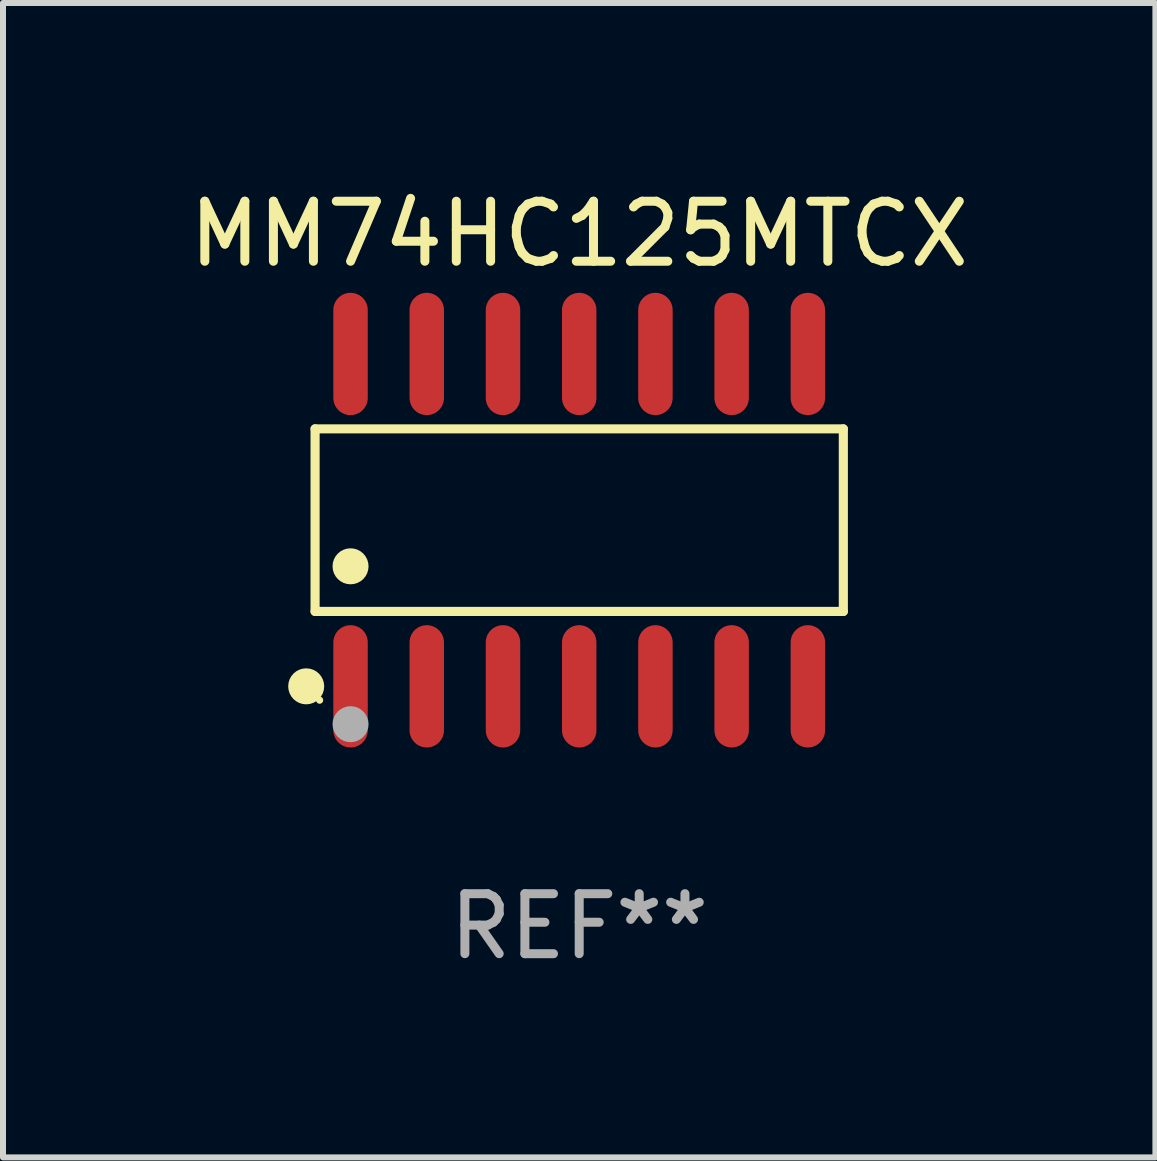
<source format=kicad_pcb>
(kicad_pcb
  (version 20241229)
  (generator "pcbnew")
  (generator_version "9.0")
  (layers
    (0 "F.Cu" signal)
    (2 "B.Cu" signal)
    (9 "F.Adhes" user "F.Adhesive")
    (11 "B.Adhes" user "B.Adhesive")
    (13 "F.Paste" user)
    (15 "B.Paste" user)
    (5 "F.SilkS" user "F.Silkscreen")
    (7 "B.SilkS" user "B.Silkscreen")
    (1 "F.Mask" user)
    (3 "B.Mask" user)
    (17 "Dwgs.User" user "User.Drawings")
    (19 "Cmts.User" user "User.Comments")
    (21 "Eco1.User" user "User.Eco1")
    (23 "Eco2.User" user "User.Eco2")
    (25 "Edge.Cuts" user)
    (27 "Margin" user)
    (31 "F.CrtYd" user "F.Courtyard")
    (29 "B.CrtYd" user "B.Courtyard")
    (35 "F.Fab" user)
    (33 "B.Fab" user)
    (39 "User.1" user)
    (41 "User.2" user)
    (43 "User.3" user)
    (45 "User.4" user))
  (footprint "MM74HC125MTCX"
    (layer "F.Cu")
    (at 6.601 5.617)
    (property "Reference" "MM74HC125MTCX" (at 0 -4.769 0) (layer "F.SilkS") (effects (font (size 1 1) (thickness 0.15))))
    (attr through_hole)
    (fp_line (start -4.401 -1.521) (end 4.401 -1.521) (stroke (width 0.152) (type solid)) (layer "F.SilkS"))
    (fp_line (start -4.401 1.521) (end -4.401 -1.521) (stroke (width 0.152) (type solid)) (layer "F.SilkS"))
    (fp_line (start 4.401 -1.521) (end 4.401 1.521) (stroke (width 0.152) (type solid)) (layer "F.SilkS"))
    (fp_line (start 4.401 1.521) (end -4.401 1.521) (stroke (width 0.152) (type solid)) (layer "F.SilkS"))
    (fp_circle (center -4.549 2.769) (end -4.399 2.769) (stroke (width 0.3) (type solid)) (fill no) (layer "F.SilkS"))
    (fp_circle (center -4.325 3) (end -4.295 3) (stroke (width 0.06) (type solid)) (fill no) (layer "F.SilkS"))
    (fp_circle (center -3.81 0.769) (end -3.66 0.769) (stroke (width 0.3) (type solid)) (fill no) (layer "F.SilkS"))
    (fp_circle (center -3.81 3.4) (end -3.66 3.4) (stroke (width 0.3) (type solid)) (fill no) (layer "F.Fab"))
    (fp_text user "REF**" (at 0 6.769 0) (layer "F.Fab") (effects (font (size 1 1) (thickness 0.15))))
    (pad "1" smd oval (at -3.81 2.769) (size 0.574 2.038) (layers "F.Cu" "F.Mask" "F.Paste"))
    (pad "2" smd oval (at -2.54 2.769) (size 0.574 2.038) (layers "F.Cu" "F.Mask" "F.Paste"))
    (pad "3" smd oval (at -1.27 2.769) (size 0.574 2.038) (layers "F.Cu" "F.Mask" "F.Paste"))
    (pad "4" smd oval (at 0 2.769) (size 0.574 2.038) (layers "F.Cu" "F.Mask" "F.Paste"))
    (pad "5" smd oval (at 1.27 2.769) (size 0.574 2.038) (layers "F.Cu" "F.Mask" "F.Paste"))
    (pad "6" smd oval (at 2.54 2.769) (size 0.574 2.038) (layers "F.Cu" "F.Mask" "F.Paste"))
    (pad "7" smd oval (at 3.81 2.769) (size 0.574 2.038) (layers "F.Cu" "F.Mask" "F.Paste"))
    (pad "8" smd oval (at 3.81 -2.769) (size 0.574 2.038) (layers "F.Cu" "F.Mask" "F.Paste"))
    (pad "9" smd oval (at 2.54 -2.769) (size 0.574 2.038) (layers "F.Cu" "F.Mask" "F.Paste"))
    (pad "10" smd oval (at 1.27 -2.769) (size 0.574 2.038) (layers "F.Cu" "F.Mask" "F.Paste"))
    (pad "11" smd oval (at 0 -2.769) (size 0.574 2.038) (layers "F.Cu" "F.Mask" "F.Paste"))
    (pad "12" smd oval (at -1.27 -2.769) (size 0.574 2.038) (layers "F.Cu" "F.Mask" "F.Paste"))
    (pad "13" smd oval (at -2.54 -2.769) (size 0.574 2.038) (layers "F.Cu" "F.Mask" "F.Paste"))
    (pad "14" smd oval (at -3.81 -2.769) (size 0.574 2.038) (layers "F.Cu" "F.Mask" "F.Paste")))
  (gr_rect
    (start -3 -3)
    (end 16.202 16.235)
    (stroke (width 0.1) (type default))
    (fill no)
    (layer "Edge.Cuts")))
</source>
